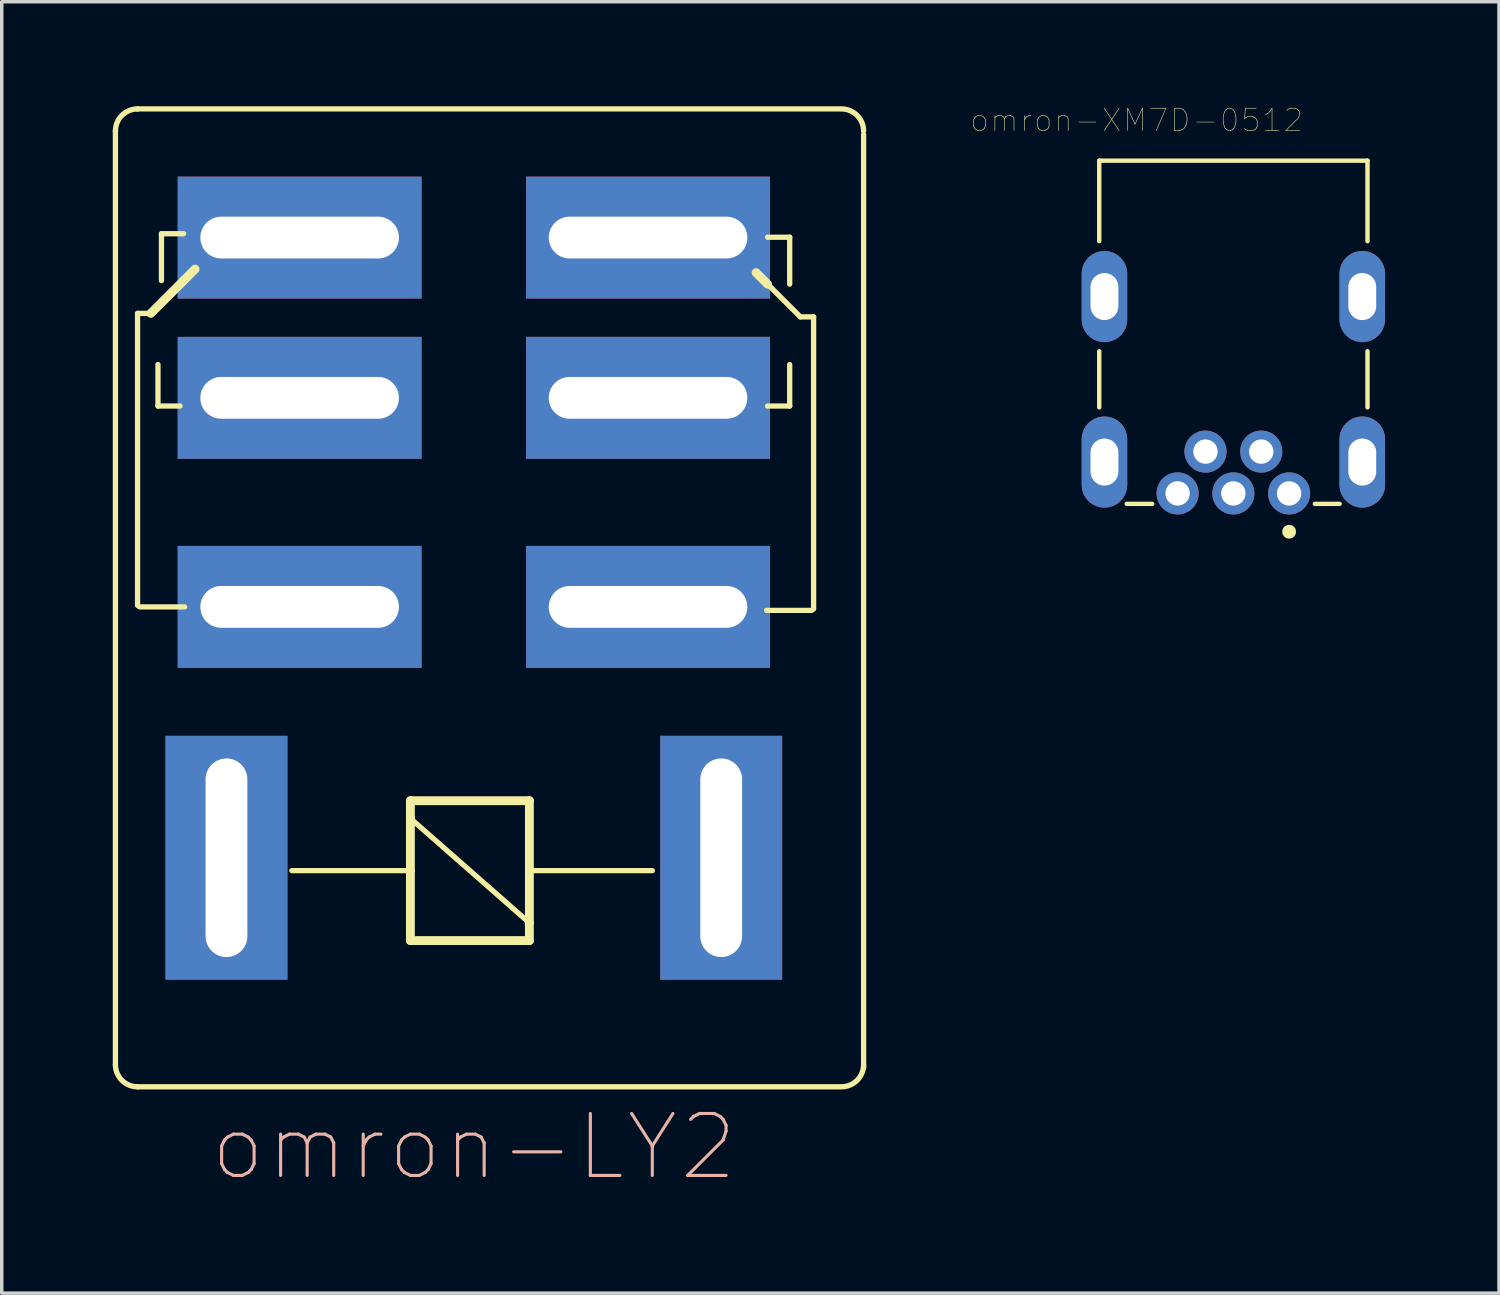
<source format=kicad_pcb>
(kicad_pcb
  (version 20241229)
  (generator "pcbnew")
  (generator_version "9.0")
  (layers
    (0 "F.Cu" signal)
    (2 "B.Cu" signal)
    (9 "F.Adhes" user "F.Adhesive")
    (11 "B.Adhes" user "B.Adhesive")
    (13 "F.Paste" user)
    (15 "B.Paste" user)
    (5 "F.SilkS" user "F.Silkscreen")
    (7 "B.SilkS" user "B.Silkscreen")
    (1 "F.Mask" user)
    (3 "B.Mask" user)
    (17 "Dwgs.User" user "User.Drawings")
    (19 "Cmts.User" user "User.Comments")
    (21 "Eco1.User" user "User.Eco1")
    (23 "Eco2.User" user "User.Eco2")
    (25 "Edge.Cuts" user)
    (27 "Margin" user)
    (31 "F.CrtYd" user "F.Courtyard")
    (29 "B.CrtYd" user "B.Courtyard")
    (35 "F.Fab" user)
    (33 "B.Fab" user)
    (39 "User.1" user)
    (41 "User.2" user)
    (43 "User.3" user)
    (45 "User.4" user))
  (footprint "omron-XM7D-0512"
    (layer "F.Cu")
    (at 32.35 10.212)
    (property "Reference" "omron-XM7D-0512" (at -2.776 -9.811 0) (layer "F.SilkS") (effects (font (size 0.64 0.64) (thickness 0.015))))
    (attr through_hole)
    (fp_line (start -3.85 -8.65) (end -3.85 -6.34) (stroke (width 0.127) (type solid)) (layer "F.SilkS"))
    (fp_line (start -3.85 -8.65) (end 3.85 -8.65) (stroke (width 0.127) (type solid)) (layer "F.SilkS"))
    (fp_line (start -3.85 -3.18) (end -3.85 -1.57) (stroke (width 0.127) (type solid)) (layer "F.SilkS"))
    (fp_line (start -3.06 1.2) (end -2.33 1.2) (stroke (width 0.127) (type solid)) (layer "F.SilkS"))
    (fp_line (start 2.34 1.2) (end 3.05 1.2) (stroke (width 0.127) (type solid)) (layer "F.SilkS"))
    (fp_line (start 3.85 -8.65) (end 3.85 -6.34) (stroke (width 0.127) (type solid)) (layer "F.SilkS"))
    (fp_line (start 3.85 -3.18) (end 3.85 -1.57) (stroke (width 0.127) (type solid)) (layer "F.SilkS"))
    (fp_circle (center 1.6 2) (end 1.7 2) (stroke (width 0.2) (type solid)) (fill no) (layer "F.SilkS"))
    (fp_line (start -4.6 -8.9) (end 4.6 -8.9) (stroke (width 0.05) (type solid)) (layer "Eco1.User"))
    (fp_line (start -4.6 1.75) (end -4.6 -8.9) (stroke (width 0.05) (type solid)) (layer "Eco1.User"))
    (fp_line (start 4.6 -8.9) (end 4.6 1.75) (stroke (width 0.05) (type solid)) (layer "Eco1.User"))
    (fp_line (start 4.6 1.75) (end -4.6 1.75) (stroke (width 0.05) (type solid)) (layer "Eco1.User"))
    (fp_line (start -3.85 -8.65) (end 3.85 -8.65) (stroke (width 0.127) (type solid)) (layer "Eco2.User"))
    (fp_line (start -3.85 1.2) (end -3.85 -8.65) (stroke (width 0.127) (type solid)) (layer "Eco2.User"))
    (fp_line (start 3.85 -8.65) (end 3.85 1.2) (stroke (width 0.127) (type solid)) (layer "Eco2.User"))
    (fp_line (start 3.85 1.2) (end -3.85 1.2) (stroke (width 0.127) (type solid)) (layer "Eco2.User"))
    (pad "1" thru_hole circle (at 1.6 0.9) (size 1.208 1.208) (drill 0.7) (layers "*.Cu" "*.Mask"))
    (pad "2" thru_hole circle (at 0.8 -0.3) (size 1.208 1.208) (drill 0.7) (layers "*.Cu" "*.Mask"))
    (pad "3" thru_hole circle (at 0 0.9) (size 1.208 1.208) (drill 0.7) (layers "*.Cu" "*.Mask"))
    (pad "4" thru_hole circle (at -0.8 -0.3) (size 1.208 1.208) (drill 0.7) (layers "*.Cu" "*.Mask"))
    (pad "5" thru_hole circle (at -1.6 0.9) (size 1.208 1.208) (drill 0.7) (layers "*.Cu" "*.Mask"))
    (pad "SH1" thru_hole oval (at -3.7 -4.75 90) (size 2.616 1.308) (drill oval 1.35 0.8) (layers "*.Cu" "*.Mask"))
    (pad "SH2" thru_hole oval (at -3.7 0 90) (size 2.616 1.308) (drill oval 1.35 0.8) (layers "*.Cu" "*.Mask"))
    (pad "SH3" thru_hole oval (at 3.7 0 90) (size 2.616 1.308) (drill oval 1.35 0.8) (layers "*.Cu" "*.Mask"))
    (pad "SH4" thru_hole oval (at 3.7 -4.75 90) (size 2.616 1.308) (drill oval 1.35 0.8) (layers "*.Cu" "*.Mask")))
  (footprint "omron-LY2"
    (layer "F.Cu")
    (at 0.25 28.169)
    (property "Reference" "omron-LY2" (at 10.3 1.7 180) (layer "B.SilkS") (effects (font (size 1.778 1.778) (thickness 0.089))))
    (attr exclude_from_pos_files exclude_from_bom)
    (fp_line (start 0.013 -0.661) (end 0.013 -27.458) (stroke (width 0.152) (type solid)) (layer "F.SilkS"))
    (fp_line (start 0.648 -28.093) (end 20.8 -28.093) (stroke (width 0.152) (type solid)) (layer "F.SilkS"))
    (fp_line (start 0.648 -22.224) (end 0.648 -13.842) (stroke (width 0.152) (type solid)) (layer "F.SilkS"))
    (fp_line (start 0.648 -22.224) (end 1.029 -22.224) (stroke (width 0.152) (type solid)) (layer "F.SilkS"))
    (fp_line (start 0.7 -13.8) (end 2 -13.8) (stroke (width 0.15) (type solid)) (layer "F.SilkS"))
    (fp_line (start 1.234 -20.756) (end 1.234 -19.565) (stroke (width 0.152) (type solid)) (layer "F.SilkS"))
    (fp_line (start 1.234 -19.565) (end 1.869 -19.565) (stroke (width 0.152) (type solid)) (layer "F.SilkS"))
    (fp_line (start 1.334 -24.51) (end 1.969 -24.51) (stroke (width 0.152) (type solid)) (layer "F.SilkS"))
    (fp_line (start 1.334 -23.164) (end 1.334 -24.51) (stroke (width 0.152) (type solid)) (layer "F.SilkS"))
    (fp_line (start 1.969 -23.164) (end 1.029 -22.224) (stroke (width 0.254) (type solid)) (layer "F.SilkS"))
    (fp_line (start 2.299 -23.494) (end 1.969 -23.164) (stroke (width 0.254) (type solid)) (layer "F.SilkS"))
    (fp_line (start 8.479 -8.237) (end 11.895 -8.237) (stroke (width 0.254) (type solid)) (layer "F.SilkS"))
    (fp_line (start 8.479 -7.729) (end 8.479 -8.237) (stroke (width 0.254) (type solid)) (layer "F.SilkS"))
    (fp_line (start 8.479 -6.23) (end 5.076 -6.23) (stroke (width 0.152) (type solid)) (layer "F.SilkS"))
    (fp_line (start 8.479 -6.23) (end 8.479 -7.729) (stroke (width 0.254) (type solid)) (layer "F.SilkS"))
    (fp_line (start 8.479 -4.223) (end 8.479 -6.23) (stroke (width 0.254) (type solid)) (layer "F.SilkS"))
    (fp_line (start 11.894 -8.237) (end 11.894 -6.23) (stroke (width 0.254) (type solid)) (layer "F.SilkS"))
    (fp_line (start 11.894 -6.23) (end 11.894 -4.731) (stroke (width 0.254) (type solid)) (layer "F.SilkS"))
    (fp_line (start 11.894 -4.731) (end 11.894 -4.223) (stroke (width 0.254) (type solid)) (layer "F.SilkS"))
    (fp_line (start 11.895 -4.731) (end 8.479 -7.729) (stroke (width 0.152) (type solid)) (layer "F.SilkS"))
    (fp_line (start 11.895 -4.223) (end 8.479 -4.223) (stroke (width 0.254) (type solid)) (layer "F.SilkS"))
    (fp_line (start 15.424 -6.23) (end 11.894 -6.23) (stroke (width 0.152) (type solid)) (layer "F.SilkS"))
    (fp_line (start 18.401 -23.394) (end 18.731 -23.064) (stroke (width 0.254) (type solid)) (layer "F.SilkS"))
    (fp_line (start 18.731 -23.064) (end 19.671 -22.124) (stroke (width 0.152) (type solid)) (layer "F.SilkS"))
    (fp_line (start 19.366 -24.41) (end 18.731 -24.41) (stroke (width 0.152) (type solid)) (layer "F.SilkS"))
    (fp_line (start 19.366 -23.064) (end 19.366 -24.41) (stroke (width 0.152) (type solid)) (layer "F.SilkS"))
    (fp_line (start 19.366 -20.756) (end 19.366 -19.565) (stroke (width 0.152) (type solid)) (layer "F.SilkS"))
    (fp_line (start 19.366 -19.565) (end 18.731 -19.565) (stroke (width 0.152) (type solid)) (layer "F.SilkS"))
    (fp_line (start 20 -13.7) (end 18.7 -13.7) (stroke (width 0.15) (type solid)) (layer "F.SilkS"))
    (fp_line (start 20.052 -22.124) (end 19.671 -22.124) (stroke (width 0.152) (type solid)) (layer "F.SilkS"))
    (fp_line (start 20.052 -22.124) (end 20.052 -13.742) (stroke (width 0.152) (type solid)) (layer "F.SilkS"))
    (fp_line (start 20.8 -0.026) (end 0.648 -0.026) (stroke (width 0.152) (type solid)) (layer "F.SilkS"))
    (fp_line (start 21.487 -27.358) (end 21.487 -0.561) (stroke (width 0.152) (type solid)) (layer "F.SilkS"))
    (fp_arc (start 0.013 -27.458) (mid 0.198987 -27.907013) (end 0.648 -28.093) (stroke (width 0.1524) (type solid)) (layer "F.SilkS"))
    (fp_arc (start 0.648 -0.026) (mid 0.198987 -0.211987) (end 0.013 -0.661) (stroke (width 0.1524) (type solid)) (layer "F.SilkS"))
    (fp_arc (start 20.852 -28.093) (mid 21.301013 -27.907013) (end 21.487 -27.458) (stroke (width 0.1524) (type solid)) (layer "F.SilkS"))
    (fp_arc (start 21.487 -0.661) (mid 21.301013 -0.211987) (end 20.852 -0.026) (stroke (width 0.1524) (type solid)) (layer "F.SilkS"))
    (pad "1" thru_hole rect (at 17.4 -6.6 180) (size 3.5 7) (drill oval 1.2 5.7) (layers "*.Cu" "*.Mask"))
    (pad "2" thru_hole rect (at 3.2 -6.6 180) (size 3.5 7) (drill oval 1.2 5.7) (layers "*.Cu" "*.Mask"))
    (pad "O1" thru_hole rect (at 15.3 -24.4 180) (size 7 3.5) (drill oval 5.7 1.2) (layers "*.Cu" "*.Mask"))
    (pad "O2" thru_hole rect (at 5.3 -24.4 180) (size 7 3.5) (drill oval 5.7 1.2) (layers "*.Cu" "*.Mask"))
    (pad "P1" thru_hole rect (at 15.3 -13.8 180) (size 7 3.5) (drill oval 5.7 1.2) (layers "*.Cu" "*.Mask"))
    (pad "P2" thru_hole rect (at 5.3 -13.8 180) (size 7 3.5) (drill oval 5.7 1.2) (layers "*.Cu" "*.Mask"))
    (pad "S1" thru_hole rect (at 15.3 -19.8 180) (size 7 3.5) (drill oval 5.7 1.2) (layers "*.Cu" "*.Mask"))
    (pad "S2" thru_hole rect (at 5.3 -19.8 180) (size 7 3.5) (drill oval 5.7 1.2) (layers "*.Cu" "*.Mask")))
  (gr_rect
    (start -3 -3)
    (end 39.975 34.065)
    (stroke (width 0.1) (type default))
    (fill no)
    (layer "Edge.Cuts")))
</source>
